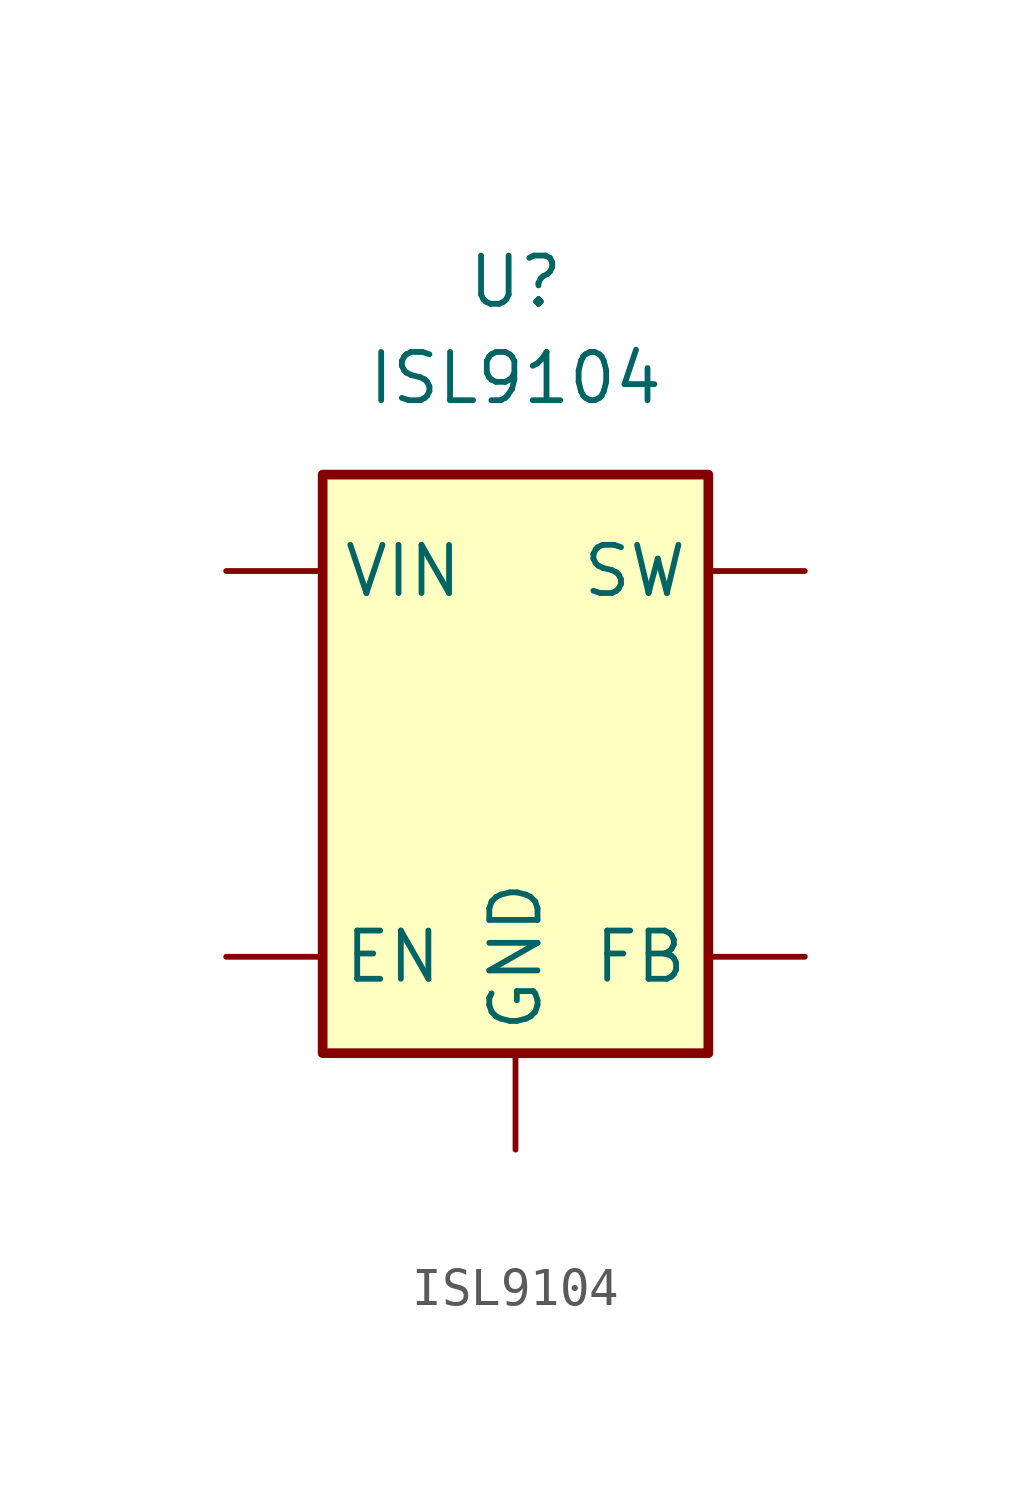
<source format=kicad_sym>
(kicad_symbol_lib
  (version 20220914)
  (generator kicad_symbol_editor)
  (symbol "ISL9104"
    (property "Reference" "U"
      (at 0 12.7 0)
      (effects (font (size 1.27 1.27))))
    (property "Value" "ISL9104"
      (at 0 10.16 0)
      (effects (font (size 1.27 1.27))))
    (symbol "ISL9104_1_1"
      (rectangle (start -5.08 7.62) (end 5.08 -7.62) (stroke (width 0.256) (type default)) (fill (type background)))
      (pin input line (at -7.62 -5.08 0) (length 2.54) (name "EN" (effects (font (size 1.27 1.27)))) (number "" (effects (font (size 1.27 1.27)))))
      (pin input line (at 7.62 -5.08 180) (length 2.54) (name "FB" (effects (font (size 1.27 1.27)))) (number "" (effects (font (size 1.27 1.27)))))
      (pin input line (at 0 -10.16 90) (length 2.54) (name "GND" (effects (font (size 1.27 1.27)))) (number "" (effects (font (size 1.27 1.27)))))
      (pin input line (at 7.62 5.08 180) (length 2.54) (name "SW" (effects (font (size 1.27 1.27)))) (number "" (effects (font (size 1.27 1.27)))))
      (pin input line (at -7.62 5.08 0) (length 2.54) (name "VIN" (effects (font (size 1.27 1.27)))) (number "" (effects (font (size 1.27 1.27))))))))
</source>
